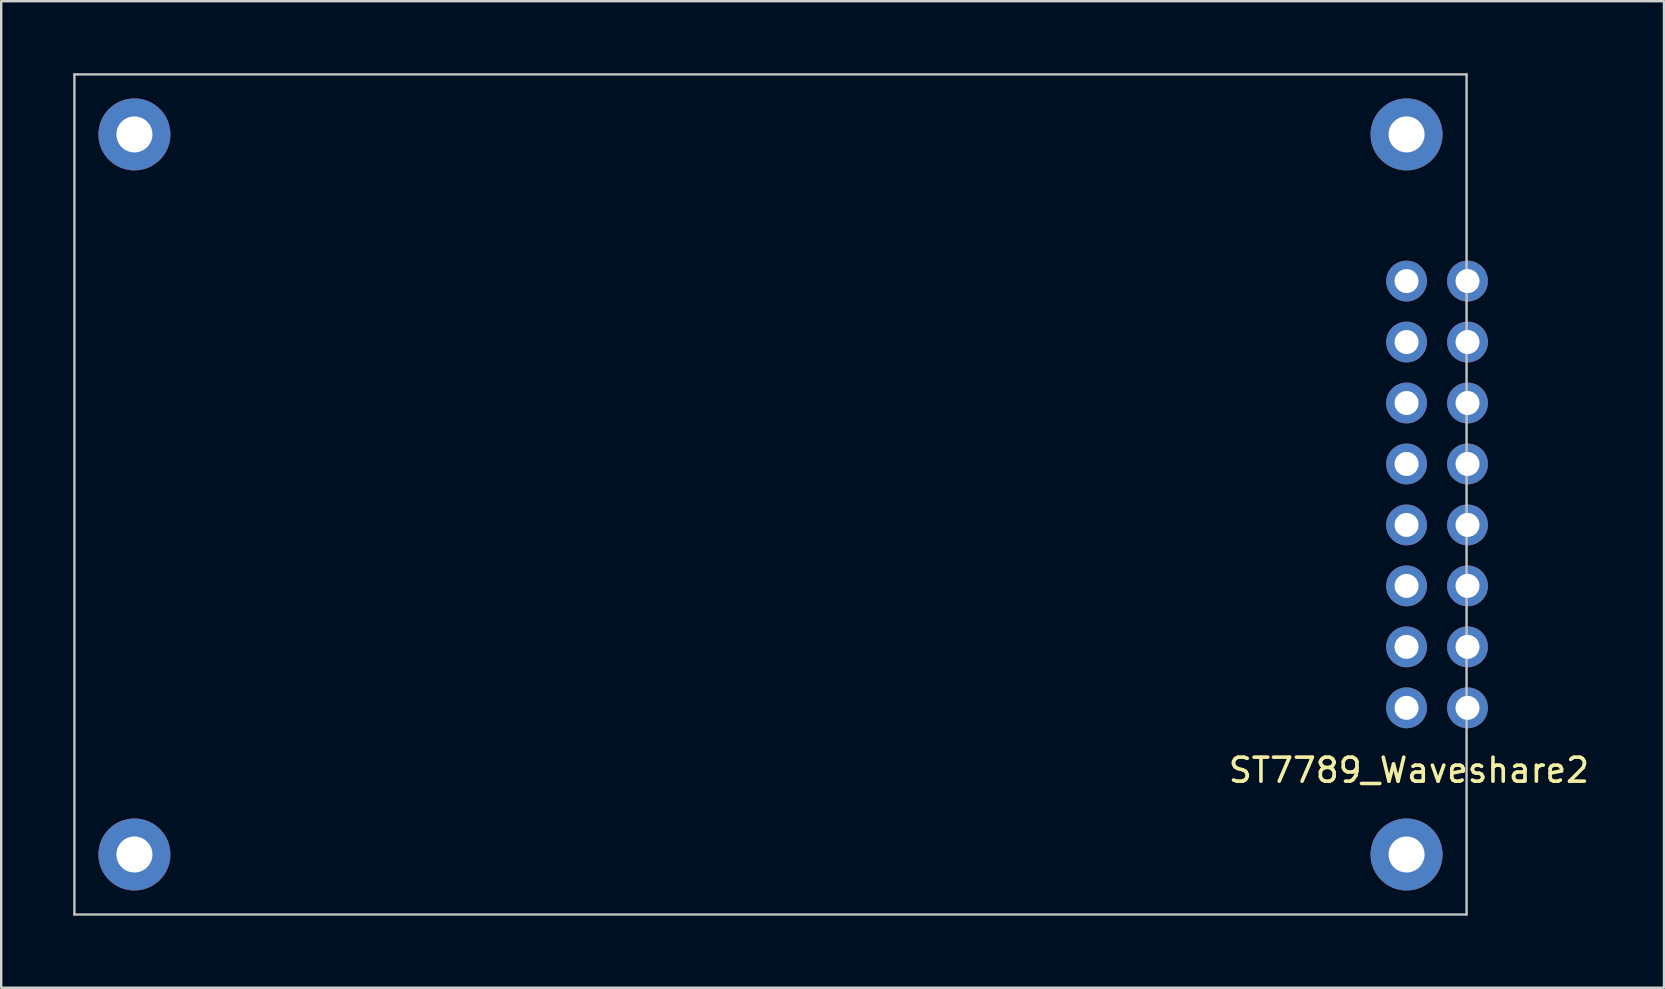
<source format=kicad_pcb>
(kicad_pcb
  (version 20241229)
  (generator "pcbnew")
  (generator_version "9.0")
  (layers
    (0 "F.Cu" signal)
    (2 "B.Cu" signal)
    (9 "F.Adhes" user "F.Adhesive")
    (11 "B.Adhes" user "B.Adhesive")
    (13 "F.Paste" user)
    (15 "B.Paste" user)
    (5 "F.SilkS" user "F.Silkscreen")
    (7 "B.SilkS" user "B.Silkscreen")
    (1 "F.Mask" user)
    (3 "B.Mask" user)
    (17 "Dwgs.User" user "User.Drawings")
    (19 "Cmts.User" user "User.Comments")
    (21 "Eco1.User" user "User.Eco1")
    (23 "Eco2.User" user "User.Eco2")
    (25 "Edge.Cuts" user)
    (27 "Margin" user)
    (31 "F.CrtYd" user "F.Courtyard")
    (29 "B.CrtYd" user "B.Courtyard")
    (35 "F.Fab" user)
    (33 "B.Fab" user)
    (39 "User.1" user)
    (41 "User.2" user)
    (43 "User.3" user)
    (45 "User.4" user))
  (footprint "ST7789_Waveshare2"
    (layer "F.Cu")
    (at 55.55 26.44)
    (property "Reference" "ST7789_Waveshare2" (at 0.1 2.6 0) (layer "F.SilkS") (effects (font (size 1 1) (thickness 0.15))))
    (attr through_hole)
    (fp_line (start -55.5 -26.39) (end -55.5 8.61) (stroke (width 0.1) (type solid)) (layer "Dwgs.User"))
    (fp_line (start -55.5 8.61) (end 2.5 8.61) (stroke (width 0.1) (type solid)) (layer "Dwgs.User"))
    (fp_line (start 2.5 -26.39) (end -55.5 -26.39) (stroke (width 0.1) (type solid)) (layer "Dwgs.User"))
    (fp_line (start 2.5 8.61) (end 2.5 -26.39) (stroke (width 0.1) (type solid)) (layer "Dwgs.User"))
    (pad "" np_thru_hole circle (at -53 -23.89) (size 3 3) (drill 1.5) (layers "*.Cu" "*.Mask"))
    (pad "" np_thru_hole circle (at -53 6.11) (size 3 3) (drill 1.5) (layers "*.Cu" "*.Mask"))
    (pad "" np_thru_hole circle (at 0 -23.89) (size 3 3) (drill 1.5) (layers "*.Cu" "*.Mask"))
    (pad "" np_thru_hole circle (at 0 6.11) (size 3 3) (drill 1.5) (layers "*.Cu" "*.Mask"))
    (pad "1" thru_hole circle (at 0 0) (size 1.7 1.7) (drill 1) (layers "*.Cu" "*.Mask"))
    (pad "2" thru_hole circle (at 0 -2.54) (size 1.7 1.7) (drill 1) (layers "*.Cu" "*.Mask"))
    (pad "3" thru_hole circle (at 0 -5.08) (size 1.7 1.7) (drill 1) (layers "*.Cu" "*.Mask"))
    (pad "4" thru_hole circle (at 0 -7.62) (size 1.7 1.7) (drill 1) (layers "*.Cu" "*.Mask"))
    (pad "5" thru_hole circle (at 0 -10.16) (size 1.7 1.7) (drill 1) (layers "*.Cu" "*.Mask"))
    (pad "6" thru_hole circle (at 0 -12.7) (size 1.7 1.7) (drill 1) (layers "*.Cu" "*.Mask"))
    (pad "7" thru_hole circle (at 0 -15.24) (size 1.7 1.7) (drill 1) (layers "*.Cu" "*.Mask"))
    (pad "8" thru_hole circle (at 0 -17.78) (size 1.7 1.7) (drill 1) (layers "*.Cu" "*.Mask"))
    (pad "9" thru_hole circle (at 2.54 -17.78) (size 1.7 1.7) (drill 1) (layers "*.Cu" "*.Mask"))
    (pad "10" thru_hole circle (at 2.54 -15.24) (size 1.7 1.7) (drill 1) (layers "*.Cu" "*.Mask"))
    (pad "11" thru_hole circle (at 2.54 -12.7) (size 1.7 1.7) (drill 1) (layers "*.Cu" "*.Mask"))
    (pad "12" thru_hole circle (at 2.54 -10.16) (size 1.7 1.7) (drill 1) (layers "*.Cu" "*.Mask"))
    (pad "13" thru_hole circle (at 2.54 -7.62) (size 1.7 1.7) (drill 1) (layers "*.Cu" "*.Mask"))
    (pad "14" thru_hole circle (at 2.54 -5.08) (size 1.7 1.7) (drill 1) (layers "*.Cu" "*.Mask"))
    (pad "15" thru_hole circle (at 2.54 -2.54) (size 1.7 1.7) (drill 1) (layers "*.Cu" "*.Mask"))
    (pad "16" thru_hole circle (at 2.54 0) (size 1.7 1.7) (drill 1) (layers "*.Cu" "*.Mask")))
  (gr_rect
    (start -3 -3)
    (end 66.275 38.1)
    (stroke (width 0.1) (type default))
    (fill no)
    (layer "Edge.Cuts")))
</source>
